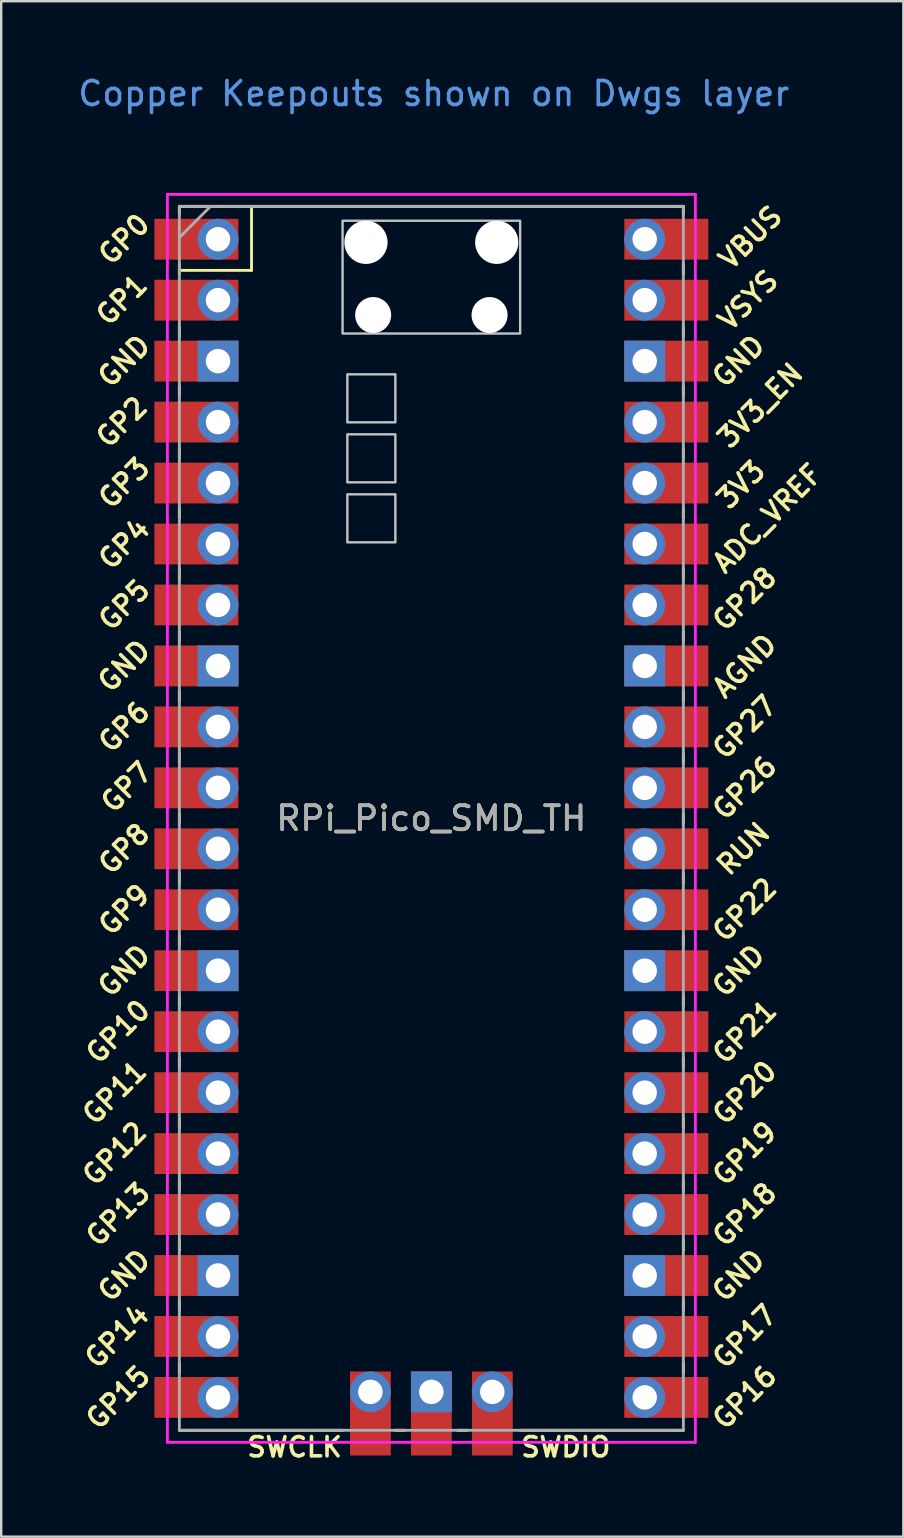
<source format=kicad_pcb>
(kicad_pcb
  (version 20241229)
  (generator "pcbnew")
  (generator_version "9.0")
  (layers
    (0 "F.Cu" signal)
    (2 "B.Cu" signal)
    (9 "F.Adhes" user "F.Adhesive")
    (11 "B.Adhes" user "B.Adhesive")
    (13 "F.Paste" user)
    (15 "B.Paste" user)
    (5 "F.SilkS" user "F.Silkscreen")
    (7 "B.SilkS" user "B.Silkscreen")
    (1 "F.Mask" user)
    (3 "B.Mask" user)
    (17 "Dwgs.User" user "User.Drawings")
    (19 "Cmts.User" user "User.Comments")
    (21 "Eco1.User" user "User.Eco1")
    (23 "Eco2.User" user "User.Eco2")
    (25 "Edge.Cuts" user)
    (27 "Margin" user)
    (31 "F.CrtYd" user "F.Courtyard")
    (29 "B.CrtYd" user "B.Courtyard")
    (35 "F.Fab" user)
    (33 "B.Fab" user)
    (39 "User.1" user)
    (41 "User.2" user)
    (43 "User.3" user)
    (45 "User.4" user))
  (footprint "RPi_Pico_SMD_TH"
    (layer "F.Cu")
    (at 14.924 31.048)
    (property "Reference" "RPi_Pico_SMD_TH" (at 0 0 0) (layer "F.SilkS") (effects (font (size 1 1) (thickness 0.15))))
    (attr through_hole)
    (fp_line (start -10.5 -25.5) (end -10.5 -25.2) (stroke (width 0.12) (type solid)) (layer "F.SilkS"))
    (fp_line (start -10.5 -25.5) (end 10.5 -25.5) (stroke (width 0.12) (type solid)) (layer "F.SilkS"))
    (fp_line (start -10.5 -23.1) (end -10.5 -22.7) (stroke (width 0.12) (type solid)) (layer "F.SilkS"))
    (fp_line (start -10.5 -22.833) (end -7.493 -22.833) (stroke (width 0.12) (type solid)) (layer "F.SilkS"))
    (fp_line (start -10.5 -20.5) (end -10.5 -20.1) (stroke (width 0.12) (type solid)) (layer "F.SilkS"))
    (fp_line (start -10.5 -18) (end -10.5 -17.6) (stroke (width 0.12) (type solid)) (layer "F.SilkS"))
    (fp_line (start -10.5 -15.4) (end -10.5 -15) (stroke (width 0.12) (type solid)) (layer "F.SilkS"))
    (fp_line (start -10.5 -12.9) (end -10.5 -12.5) (stroke (width 0.12) (type solid)) (layer "F.SilkS"))
    (fp_line (start -10.5 -10.4) (end -10.5 -10) (stroke (width 0.12) (type solid)) (layer "F.SilkS"))
    (fp_line (start -10.5 -7.8) (end -10.5 -7.4) (stroke (width 0.12) (type solid)) (layer "F.SilkS"))
    (fp_line (start -10.5 -5.3) (end -10.5 -4.9) (stroke (width 0.12) (type solid)) (layer "F.SilkS"))
    (fp_line (start -10.5 -2.7) (end -10.5 -2.3) (stroke (width 0.12) (type solid)) (layer "F.SilkS"))
    (fp_line (start -10.5 -0.2) (end -10.5 0.2) (stroke (width 0.12) (type solid)) (layer "F.SilkS"))
    (fp_line (start -10.5 2.3) (end -10.5 2.7) (stroke (width 0.12) (type solid)) (layer "F.SilkS"))
    (fp_line (start -10.5 4.9) (end -10.5 5.3) (stroke (width 0.12) (type solid)) (layer "F.SilkS"))
    (fp_line (start -10.5 7.4) (end -10.5 7.8) (stroke (width 0.12) (type solid)) (layer "F.SilkS"))
    (fp_line (start -10.5 10) (end -10.5 10.4) (stroke (width 0.12) (type solid)) (layer "F.SilkS"))
    (fp_line (start -10.5 12.5) (end -10.5 12.9) (stroke (width 0.12) (type solid)) (layer "F.SilkS"))
    (fp_line (start -10.5 15.1) (end -10.5 15.5) (stroke (width 0.12) (type solid)) (layer "F.SilkS"))
    (fp_line (start -10.5 17.6) (end -10.5 18) (stroke (width 0.12) (type solid)) (layer "F.SilkS"))
    (fp_line (start -10.5 20.1) (end -10.5 20.5) (stroke (width 0.12) (type solid)) (layer "F.SilkS"))
    (fp_line (start -10.5 22.7) (end -10.5 23.1) (stroke (width 0.12) (type solid)) (layer "F.SilkS"))
    (fp_line (start -7.493 -22.833) (end -7.493 -25.5) (stroke (width 0.12) (type solid)) (layer "F.SilkS"))
    (fp_line (start -3.7 25.5) (end -10.5 25.5) (stroke (width 0.12) (type solid)) (layer "F.SilkS"))
    (fp_line (start -1.5 25.5) (end -1.1 25.5) (stroke (width 0.12) (type solid)) (layer "F.SilkS"))
    (fp_line (start 1.1 25.5) (end 1.5 25.5) (stroke (width 0.12) (type solid)) (layer "F.SilkS"))
    (fp_line (start 10.5 -25.5) (end 10.5 -25.2) (stroke (width 0.12) (type solid)) (layer "F.SilkS"))
    (fp_line (start 10.5 -23.1) (end 10.5 -22.7) (stroke (width 0.12) (type solid)) (layer "F.SilkS"))
    (fp_line (start 10.5 -20.5) (end 10.5 -20.1) (stroke (width 0.12) (type solid)) (layer "F.SilkS"))
    (fp_line (start 10.5 -18) (end 10.5 -17.6) (stroke (width 0.12) (type solid)) (layer "F.SilkS"))
    (fp_line (start 10.5 -15.4) (end 10.5 -15) (stroke (width 0.12) (type solid)) (layer "F.SilkS"))
    (fp_line (start 10.5 -12.9) (end 10.5 -12.5) (stroke (width 0.12) (type solid)) (layer "F.SilkS"))
    (fp_line (start 10.5 -10.4) (end 10.5 -10) (stroke (width 0.12) (type solid)) (layer "F.SilkS"))
    (fp_line (start 10.5 -7.8) (end 10.5 -7.4) (stroke (width 0.12) (type solid)) (layer "F.SilkS"))
    (fp_line (start 10.5 -5.3) (end 10.5 -4.9) (stroke (width 0.12) (type solid)) (layer "F.SilkS"))
    (fp_line (start 10.5 -2.7) (end 10.5 -2.3) (stroke (width 0.12) (type solid)) (layer "F.SilkS"))
    (fp_line (start 10.5 -0.2) (end 10.5 0.2) (stroke (width 0.12) (type solid)) (layer "F.SilkS"))
    (fp_line (start 10.5 2.3) (end 10.5 2.7) (stroke (width 0.12) (type solid)) (layer "F.SilkS"))
    (fp_line (start 10.5 4.9) (end 10.5 5.3) (stroke (width 0.12) (type solid)) (layer "F.SilkS"))
    (fp_line (start 10.5 7.4) (end 10.5 7.8) (stroke (width 0.12) (type solid)) (layer "F.SilkS"))
    (fp_line (start 10.5 10) (end 10.5 10.4) (stroke (width 0.12) (type solid)) (layer "F.SilkS"))
    (fp_line (start 10.5 12.5) (end 10.5 12.9) (stroke (width 0.12) (type solid)) (layer "F.SilkS"))
    (fp_line (start 10.5 15.1) (end 10.5 15.5) (stroke (width 0.12) (type solid)) (layer "F.SilkS"))
    (fp_line (start 10.5 17.6) (end 10.5 18) (stroke (width 0.12) (type solid)) (layer "F.SilkS"))
    (fp_line (start 10.5 20.1) (end 10.5 20.5) (stroke (width 0.12) (type solid)) (layer "F.SilkS"))
    (fp_line (start 10.5 22.7) (end 10.5 23.1) (stroke (width 0.12) (type solid)) (layer "F.SilkS"))
    (fp_line (start 10.5 25.5) (end 3.7 25.5) (stroke (width 0.12) (type solid)) (layer "F.SilkS"))
    (fp_poly (pts (xy -1.5 -16.5) (xy -3.5 -16.5) (xy -3.5 -18.5) (xy -1.5 -18.5)) (stroke (width 0.1) (type solid)) (fill no) (layer "Dwgs.User"))
    (fp_poly (pts (xy -1.5 -14) (xy -3.5 -14) (xy -3.5 -16) (xy -1.5 -16)) (stroke (width 0.1) (type solid)) (fill no) (layer "Dwgs.User"))
    (fp_poly (pts (xy -1.5 -11.5) (xy -3.5 -11.5) (xy -3.5 -13.5) (xy -1.5 -13.5)) (stroke (width 0.1) (type solid)) (fill no) (layer "Dwgs.User"))
    (fp_poly (pts (xy 3.7 -20.2) (xy -3.7 -20.2) (xy -3.7 -24.9) (xy 3.7 -24.9)) (stroke (width 0.1) (type solid)) (fill no) (layer "Dwgs.User"))
    (fp_line (start -11 -26) (end 11 -26) (stroke (width 0.12) (type solid)) (layer "F.CrtYd"))
    (fp_line (start -11 26) (end -11 -26) (stroke (width 0.12) (type solid)) (layer "F.CrtYd"))
    (fp_line (start 11 -26) (end 11 26) (stroke (width 0.12) (type solid)) (layer "F.CrtYd"))
    (fp_line (start 11 26) (end -11 26) (stroke (width 0.12) (type solid)) (layer "F.CrtYd"))
    (fp_line (start -10.5 -25.5) (end 10.5 -25.5) (stroke (width 0.12) (type solid)) (layer "F.Fab"))
    (fp_line (start -10.5 -24.2) (end -9.2 -25.5) (stroke (width 0.12) (type solid)) (layer "F.Fab"))
    (fp_line (start -10.5 25.5) (end -10.5 -25.5) (stroke (width 0.12) (type solid)) (layer "F.Fab"))
    (fp_line (start 10.5 -25.5) (end 10.5 25.5) (stroke (width 0.12) (type solid)) (layer "F.Fab"))
    (fp_line (start 10.5 25.5) (end -10.5 25.5) (stroke (width 0.12) (type solid)) (layer "F.Fab"))
    (fp_text user "GP5" (at -12.8 -8.89 45) (layer "F.SilkS") (effects (font (size 0.8 0.8) (thickness 0.15))))
    (fp_text user "GP18" (at 13.054 16.51 45) (layer "F.SilkS") (effects (font (size 0.8 0.8) (thickness 0.15))))
    (fp_text user "AGND" (at 13.054 -6.35 45) (layer "F.SilkS") (effects (font (size 0.8 0.8) (thickness 0.15))))
    (fp_text user "GND" (at -12.8 6.35 45) (layer "F.SilkS") (effects (font (size 0.8 0.8) (thickness 0.15))))
    (fp_text user "GP4" (at -12.8 -11.43 45) (layer "F.SilkS") (effects (font (size 0.8 0.8) (thickness 0.15))))
    (fp_text user "SWCLK" (at -5.7 26.2 0) (layer "F.SilkS") (effects (font (size 0.8 0.8) (thickness 0.15))))
    (fp_text user "GP12" (at -13.2 13.97 45) (layer "F.SilkS") (effects (font (size 0.8 0.8) (thickness 0.15))))
    (fp_text user "GND" (at 12.8 -19.05 45) (layer "F.SilkS") (effects (font (size 0.8 0.8) (thickness 0.15))))
    (fp_text user "GND" (at -12.8 19.05 45) (layer "F.SilkS") (effects (font (size 0.8 0.8) (thickness 0.15))))
    (fp_text user "GP15" (at -13.054 24.13 45) (layer "F.SilkS") (effects (font (size 0.8 0.8) (thickness 0.15))))
    (fp_text user "GP17" (at 13.054 21.59 45) (layer "F.SilkS") (effects (font (size 0.8 0.8) (thickness 0.15))))
    (fp_text user "3V3_EN" (at 13.7 -17.2 45) (layer "F.SilkS") (effects (font (size 0.8 0.8) (thickness 0.15))))
    (fp_text user "GND" (at -12.8 -19.05 45) (layer "F.SilkS") (effects (font (size 0.8 0.8) (thickness 0.15))))
    (fp_text user "VBUS" (at 13.3 -24.2 45) (layer "F.SilkS") (effects (font (size 0.8 0.8) (thickness 0.15))))
    (fp_text user "GP3" (at -12.8 -13.97 45) (layer "F.SilkS") (effects (font (size 0.8 0.8) (thickness 0.15))))
    (fp_text user "GP9" (at -12.8 3.81 45) (layer "F.SilkS") (effects (font (size 0.8 0.8) (thickness 0.15))))
    (fp_text user "GND" (at -12.8 -6.35 45) (layer "F.SilkS") (effects (font (size 0.8 0.8) (thickness 0.15))))
    (fp_text user "GP11" (at -13.2 11.43 45) (layer "F.SilkS") (effects (font (size 0.8 0.8) (thickness 0.15))))
    (fp_text user "GP27" (at 13.054 -3.8 45) (layer "F.SilkS") (effects (font (size 0.8 0.8) (thickness 0.15))))
    (fp_text user "GP19" (at 13.054 13.97 45) (layer "F.SilkS") (effects (font (size 0.8 0.8) (thickness 0.15))))
    (fp_text user "GP21" (at 13.054 8.9 45) (layer "F.SilkS") (effects (font (size 0.8 0.8) (thickness 0.15))))
    (fp_text user "VSYS" (at 13.2 -21.59 45) (layer "F.SilkS") (effects (font (size 0.8 0.8) (thickness 0.15))))
    (fp_text user "GP1" (at -12.9 -21.6 45) (layer "F.SilkS") (effects (font (size 0.8 0.8) (thickness 0.15))))
    (fp_text user "GND" (at 12.8 6.35 45) (layer "F.SilkS") (effects (font (size 0.8 0.8) (thickness 0.15))))
    (fp_text user "ADC_VREF" (at 14 -12.5 45) (layer "F.SilkS") (effects (font (size 0.8 0.8) (thickness 0.15))))
    (fp_text user "GP16" (at 13.054 24.13 45) (layer "F.SilkS") (effects (font (size 0.8 0.8) (thickness 0.15))))
    (fp_text user "GP28" (at 13.054 -9.144 45) (layer "F.SilkS") (effects (font (size 0.8 0.8) (thickness 0.15))))
    (fp_text user "GP26" (at 13.054 -1.27 45) (layer "F.SilkS") (effects (font (size 0.8 0.8) (thickness 0.15))))
    (fp_text user "GP13" (at -13.054 16.51 45) (layer "F.SilkS") (effects (font (size 0.8 0.8) (thickness 0.15))))
    (fp_text user "RUN" (at 13 1.27 45) (layer "F.SilkS") (effects (font (size 0.8 0.8) (thickness 0.15))))
    (fp_text user "SWDIO" (at 5.6 26.2 0) (layer "F.SilkS") (effects (font (size 0.8 0.8) (thickness 0.15))))
    (fp_text user "GND" (at 12.8 19.05 45) (layer "F.SilkS") (effects (font (size 0.8 0.8) (thickness 0.15))))
    (fp_text user "GP10" (at -13.054 8.89 45) (layer "F.SilkS") (effects (font (size 0.8 0.8) (thickness 0.15))))
    (fp_text user "GP22" (at 13.054 3.81 45) (layer "F.SilkS") (effects (font (size 0.8 0.8) (thickness 0.15))))
    (fp_text user "GP0" (at -12.8 -24.13 45) (layer "F.SilkS") (effects (font (size 0.8 0.8) (thickness 0.15))))
    (fp_text user "3V3" (at 12.9 -13.9 45) (layer "F.SilkS") (effects (font (size 0.8 0.8) (thickness 0.15))))
    (fp_text user "GP7" (at -12.7 -1.3 45) (layer "F.SilkS") (effects (font (size 0.8 0.8) (thickness 0.15))))
    (fp_text user "GP6" (at -12.8 -3.81 45) (layer "F.SilkS") (effects (font (size 0.8 0.8) (thickness 0.15))))
    (fp_text user "GP14" (at -13.1 21.59 45) (layer "F.SilkS") (effects (font (size 0.8 0.8) (thickness 0.15))))
    (fp_text user "GP8" (at -12.8 1.27 45) (layer "F.SilkS") (effects (font (size 0.8 0.8) (thickness 0.15))))
    (fp_text user "GP20" (at 13.054 11.43 45) (layer "F.SilkS") (effects (font (size 0.8 0.8) (thickness 0.15))))
    (fp_text user "GP2" (at -12.9 -16.51 45) (layer "F.SilkS") (effects (font (size 0.8 0.8) (thickness 0.15))))
    (fp_text user "Copper Keepouts shown on Dwgs layer" (at 0.1 -30.2 0) (layer "Cmts.User") (effects (font (size 1 1) (thickness 0.15))))
    (fp_text user "${REFERENCE}" (at 0 0 180) (layer "F.Fab") (effects (font (size 1 1) (thickness 0.15))))
    (pad "" np_thru_hole oval (at -2.725 -24) (size 1.8 1.8) (drill 1.8) (layers "*.Cu" "*.Mask"))
    (pad "" np_thru_hole oval (at -2.425 -20.97) (size 1.5 1.5) (drill 1.5) (layers "*.Cu" "*.Mask"))
    (pad "" np_thru_hole oval (at 2.425 -20.97) (size 1.5 1.5) (drill 1.5) (layers "*.Cu" "*.Mask"))
    (pad "" np_thru_hole oval (at 2.725 -24) (size 1.8 1.8) (drill 1.8) (layers "*.Cu" "*.Mask"))
    (pad "1" thru_hole oval (at -8.89 -24.13) (size 1.7 1.7) (drill 1.02) (layers "*.Cu" "*.Mask"))
    (pad "1" smd rect (at -8.89 -24.13) (size 3.5 1.7) (drill (offset -0.9 0)) (layers "F.Cu" "F.Mask"))
    (pad "2" thru_hole oval (at -8.89 -21.59) (size 1.7 1.7) (drill 1.02) (layers "*.Cu" "*.Mask"))
    (pad "2" smd rect (at -8.89 -21.59) (size 3.5 1.7) (drill (offset -0.9 0)) (layers "F.Cu" "F.Mask"))
    (pad "3" thru_hole rect (at -8.89 -19.05) (size 1.7 1.7) (drill 1.02) (layers "*.Cu" "*.Mask"))
    (pad "3" smd rect (at -8.89 -19.05) (size 3.5 1.7) (drill (offset -0.9 0)) (layers "F.Cu" "F.Mask"))
    (pad "4" thru_hole oval (at -8.89 -16.51) (size 1.7 1.7) (drill 1.02) (layers "*.Cu" "*.Mask"))
    (pad "4" smd rect (at -8.89 -16.51) (size 3.5 1.7) (drill (offset -0.9 0)) (layers "F.Cu" "F.Mask"))
    (pad "5" thru_hole oval (at -8.89 -13.97) (size 1.7 1.7) (drill 1.02) (layers "*.Cu" "*.Mask"))
    (pad "5" smd rect (at -8.89 -13.97) (size 3.5 1.7) (drill (offset -0.9 0)) (layers "F.Cu" "F.Mask"))
    (pad "6" thru_hole oval (at -8.89 -11.43) (size 1.7 1.7) (drill 1.02) (layers "*.Cu" "*.Mask"))
    (pad "6" smd rect (at -8.89 -11.43) (size 3.5 1.7) (drill (offset -0.9 0)) (layers "F.Cu" "F.Mask"))
    (pad "7" thru_hole oval (at -8.89 -8.89) (size 1.7 1.7) (drill 1.02) (layers "*.Cu" "*.Mask"))
    (pad "7" smd rect (at -8.89 -8.89) (size 3.5 1.7) (drill (offset -0.9 0)) (layers "F.Cu" "F.Mask"))
    (pad "8" thru_hole rect (at -8.89 -6.35) (size 1.7 1.7) (drill 1.02) (layers "*.Cu" "*.Mask"))
    (pad "8" smd rect (at -8.89 -6.35) (size 3.5 1.7) (drill (offset -0.9 0)) (layers "F.Cu" "F.Mask"))
    (pad "9" thru_hole oval (at -8.89 -3.81) (size 1.7 1.7) (drill 1.02) (layers "*.Cu" "*.Mask"))
    (pad "9" smd rect (at -8.89 -3.81) (size 3.5 1.7) (drill (offset -0.9 0)) (layers "F.Cu" "F.Mask"))
    (pad "10" thru_hole oval (at -8.89 -1.27) (size 1.7 1.7) (drill 1.02) (layers "*.Cu" "*.Mask"))
    (pad "10" smd rect (at -8.89 -1.27) (size 3.5 1.7) (drill (offset -0.9 0)) (layers "F.Cu" "F.Mask"))
    (pad "11" thru_hole oval (at -8.89 1.27) (size 1.7 1.7) (drill 1.02) (layers "*.Cu" "*.Mask"))
    (pad "11" smd rect (at -8.89 1.27) (size 3.5 1.7) (drill (offset -0.9 0)) (layers "F.Cu" "F.Mask"))
    (pad "12" thru_hole oval (at -8.89 3.81) (size 1.7 1.7) (drill 1.02) (layers "*.Cu" "*.Mask"))
    (pad "12" smd rect (at -8.89 3.81) (size 3.5 1.7) (drill (offset -0.9 0)) (layers "F.Cu" "F.Mask"))
    (pad "13" thru_hole rect (at -8.89 6.35) (size 1.7 1.7) (drill 1.02) (layers "*.Cu" "*.Mask"))
    (pad "13" smd rect (at -8.89 6.35) (size 3.5 1.7) (drill (offset -0.9 0)) (layers "F.Cu" "F.Mask"))
    (pad "14" thru_hole oval (at -8.89 8.89) (size 1.7 1.7) (drill 1.02) (layers "*.Cu" "*.Mask"))
    (pad "14" smd rect (at -8.89 8.89) (size 3.5 1.7) (drill (offset -0.9 0)) (layers "F.Cu" "F.Mask"))
    (pad "15" thru_hole oval (at -8.89 11.43) (size 1.7 1.7) (drill 1.02) (layers "*.Cu" "*.Mask"))
    (pad "15" smd rect (at -8.89 11.43) (size 3.5 1.7) (drill (offset -0.9 0)) (layers "F.Cu" "F.Mask"))
    (pad "16" thru_hole oval (at -8.89 13.97) (size 1.7 1.7) (drill 1.02) (layers "*.Cu" "*.Mask"))
    (pad "16" smd rect (at -8.89 13.97) (size 3.5 1.7) (drill (offset -0.9 0)) (layers "F.Cu" "F.Mask"))
    (pad "17" thru_hole oval (at -8.89 16.51) (size 1.7 1.7) (drill 1.02) (layers "*.Cu" "*.Mask"))
    (pad "17" smd rect (at -8.89 16.51) (size 3.5 1.7) (drill (offset -0.9 0)) (layers "F.Cu" "F.Mask"))
    (pad "18" thru_hole rect (at -8.89 19.05) (size 1.7 1.7) (drill 1.02) (layers "*.Cu" "*.Mask"))
    (pad "18" smd rect (at -8.89 19.05) (size 3.5 1.7) (drill (offset -0.9 0)) (layers "F.Cu" "F.Mask"))
    (pad "19" thru_hole oval (at -8.89 21.59) (size 1.7 1.7) (drill 1.02) (layers "*.Cu" "*.Mask"))
    (pad "19" smd rect (at -8.89 21.59) (size 3.5 1.7) (drill (offset -0.9 0)) (layers "F.Cu" "F.Mask"))
    (pad "20" thru_hole oval (at -8.89 24.13) (size 1.7 1.7) (drill 1.02) (layers "*.Cu" "*.Mask"))
    (pad "20" smd rect (at -8.89 24.13) (size 3.5 1.7) (drill (offset -0.9 0)) (layers "F.Cu" "F.Mask"))
    (pad "21" thru_hole oval (at 8.89 24.13) (size 1.7 1.7) (drill 1.02) (layers "*.Cu" "*.Mask"))
    (pad "21" smd rect (at 8.89 24.13) (size 3.5 1.7) (drill (offset 0.9 0)) (layers "F.Cu" "F.Mask"))
    (pad "22" thru_hole oval (at 8.89 21.59) (size 1.7 1.7) (drill 1.02) (layers "*.Cu" "*.Mask"))
    (pad "22" smd rect (at 8.89 21.59) (size 3.5 1.7) (drill (offset 0.9 0)) (layers "F.Cu" "F.Mask"))
    (pad "23" thru_hole rect (at 8.89 19.05) (size 1.7 1.7) (drill 1.02) (layers "*.Cu" "*.Mask"))
    (pad "23" smd rect (at 8.89 19.05) (size 3.5 1.7) (drill (offset 0.9 0)) (layers "F.Cu" "F.Mask"))
    (pad "24" thru_hole oval (at 8.89 16.51) (size 1.7 1.7) (drill 1.02) (layers "*.Cu" "*.Mask"))
    (pad "24" smd rect (at 8.89 16.51) (size 3.5 1.7) (drill (offset 0.9 0)) (layers "F.Cu" "F.Mask"))
    (pad "25" thru_hole oval (at 8.89 13.97) (size 1.7 1.7) (drill 1.02) (layers "*.Cu" "*.Mask"))
    (pad "25" smd rect (at 8.89 13.97) (size 3.5 1.7) (drill (offset 0.9 0)) (layers "F.Cu" "F.Mask"))
    (pad "26" thru_hole oval (at 8.89 11.43) (size 1.7 1.7) (drill 1.02) (layers "*.Cu" "*.Mask"))
    (pad "26" smd rect (at 8.89 11.43) (size 3.5 1.7) (drill (offset 0.9 0)) (layers "F.Cu" "F.Mask"))
    (pad "27" thru_hole oval (at 8.89 8.89) (size 1.7 1.7) (drill 1.02) (layers "*.Cu" "*.Mask"))
    (pad "27" smd rect (at 8.89 8.89) (size 3.5 1.7) (drill (offset 0.9 0)) (layers "F.Cu" "F.Mask"))
    (pad "28" thru_hole rect (at 8.89 6.35) (size 1.7 1.7) (drill 1.02) (layers "*.Cu" "*.Mask"))
    (pad "28" smd rect (at 8.89 6.35) (size 3.5 1.7) (drill (offset 0.9 0)) (layers "F.Cu" "F.Mask"))
    (pad "29" thru_hole oval (at 8.89 3.81) (size 1.7 1.7) (drill 1.02) (layers "*.Cu" "*.Mask"))
    (pad "29" smd rect (at 8.89 3.81) (size 3.5 1.7) (drill (offset 0.9 0)) (layers "F.Cu" "F.Mask"))
    (pad "30" thru_hole oval (at 8.89 1.27) (size 1.7 1.7) (drill 1.02) (layers "*.Cu" "*.Mask"))
    (pad "30" smd rect (at 8.89 1.27) (size 3.5 1.7) (drill (offset 0.9 0)) (layers "F.Cu" "F.Mask"))
    (pad "31" thru_hole oval (at 8.89 -1.27) (size 1.7 1.7) (drill 1.02) (layers "*.Cu" "*.Mask"))
    (pad "31" smd rect (at 8.89 -1.27) (size 3.5 1.7) (drill (offset 0.9 0)) (layers "F.Cu" "F.Mask"))
    (pad "32" thru_hole oval (at 8.89 -3.81) (size 1.7 1.7) (drill 1.02) (layers "*.Cu" "*.Mask"))
    (pad "32" smd rect (at 8.89 -3.81) (size 3.5 1.7) (drill (offset 0.9 0)) (layers "F.Cu" "F.Mask"))
    (pad "33" thru_hole rect (at 8.89 -6.35) (size 1.7 1.7) (drill 1.02) (layers "*.Cu" "*.Mask"))
    (pad "33" smd rect (at 8.89 -6.35) (size 3.5 1.7) (drill (offset 0.9 0)) (layers "F.Cu" "F.Mask"))
    (pad "34" thru_hole oval (at 8.89 -8.89) (size 1.7 1.7) (drill 1.02) (layers "*.Cu" "*.Mask"))
    (pad "34" smd rect (at 8.89 -8.89) (size 3.5 1.7) (drill (offset 0.9 0)) (layers "F.Cu" "F.Mask"))
    (pad "35" thru_hole oval (at 8.89 -11.43) (size 1.7 1.7) (drill 1.02) (layers "*.Cu" "*.Mask"))
    (pad "35" smd rect (at 8.89 -11.43) (size 3.5 1.7) (drill (offset 0.9 0)) (layers "F.Cu" "F.Mask"))
    (pad "36" thru_hole oval (at 8.89 -13.97) (size 1.7 1.7) (drill 1.02) (layers "*.Cu" "*.Mask"))
    (pad "36" smd rect (at 8.89 -13.97) (size 3.5 1.7) (drill (offset 0.9 0)) (layers "F.Cu" "F.Mask"))
    (pad "37" thru_hole oval (at 8.89 -16.51) (size 1.7 1.7) (drill 1.02) (layers "*.Cu" "*.Mask"))
    (pad "37" smd rect (at 8.89 -16.51) (size 3.5 1.7) (drill (offset 0.9 0)) (layers "F.Cu" "F.Mask"))
    (pad "38" thru_hole rect (at 8.89 -19.05) (size 1.7 1.7) (drill 1.02) (layers "*.Cu" "*.Mask"))
    (pad "38" smd rect (at 8.89 -19.05) (size 3.5 1.7) (drill (offset 0.9 0)) (layers "F.Cu" "F.Mask"))
    (pad "39" thru_hole oval (at 8.89 -21.59) (size 1.7 1.7) (drill 1.02) (layers "*.Cu" "*.Mask"))
    (pad "39" smd rect (at 8.89 -21.59) (size 3.5 1.7) (drill (offset 0.9 0)) (layers "F.Cu" "F.Mask"))
    (pad "40" thru_hole oval (at 8.89 -24.13) (size 1.7 1.7) (drill 1.02) (layers "*.Cu" "*.Mask"))
    (pad "40" smd rect (at 8.89 -24.13) (size 3.5 1.7) (drill (offset 0.9 0)) (layers "F.Cu" "F.Mask"))
    (pad "41" thru_hole oval (at -2.54 23.9) (size 1.7 1.7) (drill 1.02) (layers "*.Cu" "*.Mask"))
    (pad "41" smd rect (at -2.54 23.9 90) (size 3.5 1.7) (drill (offset -0.9 0)) (layers "F.Cu" "F.Mask"))
    (pad "42" thru_hole rect (at 0 23.9) (size 1.7 1.7) (drill 1.02) (layers "*.Cu" "*.Mask"))
    (pad "42" smd rect (at 0 23.9 90) (size 3.5 1.7) (drill (offset -0.9 0)) (layers "F.Cu" "F.Mask"))
    (pad "43" thru_hole oval (at 2.54 23.9) (size 1.7 1.7) (drill 1.02) (layers "*.Cu" "*.Mask"))
    (pad "43" smd rect (at 2.54 23.9 90) (size 3.5 1.7) (drill (offset -0.9 0)) (layers "F.Cu" "F.Mask")))
  (gr_rect
    (start -3 -3)
    (end 34.591 60.98)
    (stroke (width 0.1) (type default))
    (fill no)
    (layer "Edge.Cuts")))
</source>
